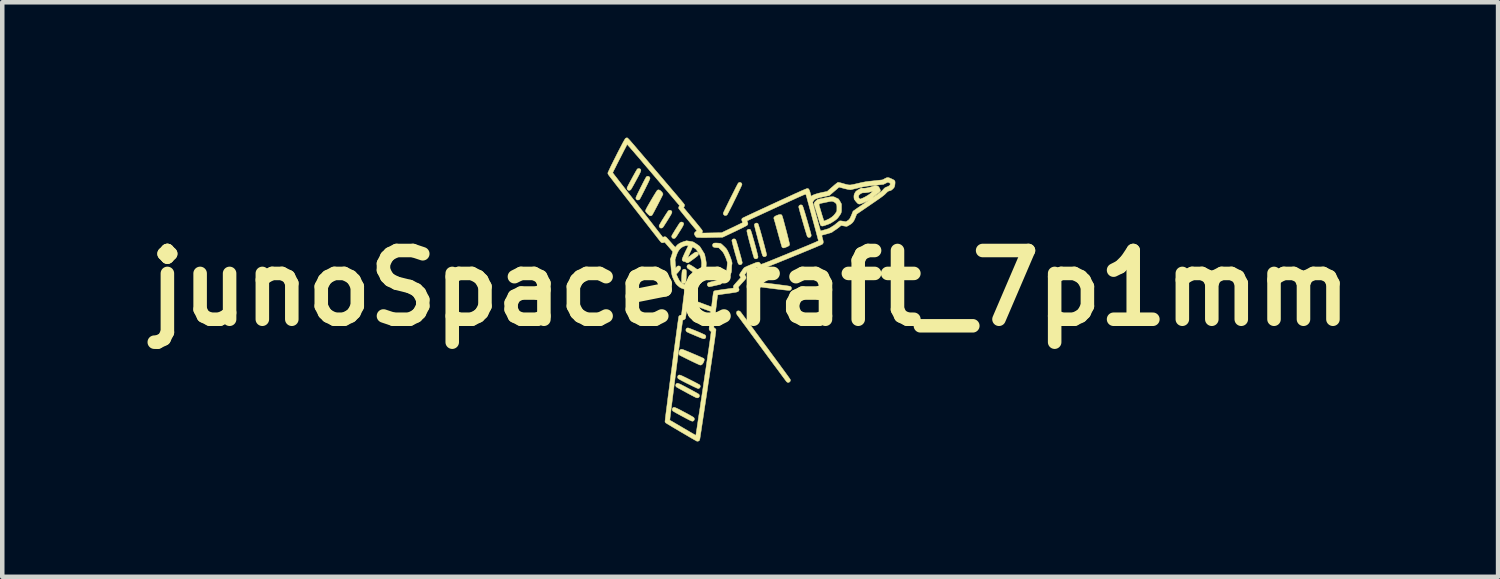
<source format=kicad_pcb>
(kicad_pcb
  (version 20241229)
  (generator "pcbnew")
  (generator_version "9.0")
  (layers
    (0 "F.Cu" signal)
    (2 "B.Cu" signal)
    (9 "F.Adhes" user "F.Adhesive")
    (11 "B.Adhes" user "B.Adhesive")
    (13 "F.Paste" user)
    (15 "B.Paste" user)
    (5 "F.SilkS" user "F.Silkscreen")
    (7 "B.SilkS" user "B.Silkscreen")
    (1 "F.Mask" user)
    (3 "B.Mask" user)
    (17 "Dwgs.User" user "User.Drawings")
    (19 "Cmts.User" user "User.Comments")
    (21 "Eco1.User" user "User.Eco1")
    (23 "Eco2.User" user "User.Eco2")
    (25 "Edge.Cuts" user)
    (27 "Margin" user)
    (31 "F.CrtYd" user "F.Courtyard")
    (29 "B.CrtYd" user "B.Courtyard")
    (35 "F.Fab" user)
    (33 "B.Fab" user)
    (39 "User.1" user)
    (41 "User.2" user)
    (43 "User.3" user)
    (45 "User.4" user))
  (footprint "junoSpacecraft_7p1mm"
    (layer "F.Cu")
    (at 13.578 3.337)
    (property "Reference" "junoSpacecraft_7p1mm" (at 0 0 0) (layer "F.SilkS") (effects (font (size 1.524 1.524) (thickness 0.3))))
    (attr through_hole)
    (fp_poly (pts (xy -1.441 -0.416) (xy -1.424 -0.403) (xy -1.417 -0.391) (xy -1.415 -0.379) (xy -1.414 -0.359) (xy -1.414 -0.33) (xy -1.415 -0.298) (xy -1.416 -0.262) (xy -1.418 -0.227) (xy -1.42 -0.193) (xy -1.423 -0.164) (xy -1.426 -0.142) (xy -1.429 -0.129) (xy -1.429 -0.128) (xy -1.443 -0.111) (xy -1.462 -0.103) (xy -1.485 -0.103) (xy -1.498 -0.108) (xy -1.507 -0.113) (xy -1.513 -0.121) (xy -1.518 -0.132) (xy -1.52 -0.149) (xy -1.521 -0.172) (xy -1.521 -0.204) (xy -1.519 -0.245) (xy -1.518 -0.264) (xy -1.515 -0.3) (xy -1.513 -0.334) (xy -1.51 -0.362) (xy -1.507 -0.382) (xy -1.505 -0.393) (xy -1.505 -0.394) (xy -1.493 -0.408) (xy -1.475 -0.418) (xy -1.461 -0.421) (xy -1.441 -0.416)) (stroke (width 0.01) (type solid)) (fill yes) (layer "F.SilkS"))
    (fp_poly (pts (xy -1.494 -1.459) (xy -1.487 -1.454) (xy -1.479 -1.445) (xy -1.475 -1.436) (xy -1.473 -1.426) (xy -1.476 -1.412) (xy -1.483 -1.395) (xy -1.494 -1.372) (xy -1.51 -1.343) (xy -1.532 -1.307) (xy -1.56 -1.262) (xy -1.584 -1.225) (xy -1.605 -1.191) (xy -1.624 -1.161) (xy -1.64 -1.138) (xy -1.652 -1.121) (xy -1.658 -1.113) (xy -1.658 -1.113) (xy -1.678 -1.102) (xy -1.7 -1.1) (xy -1.713 -1.104) (xy -1.73 -1.118) (xy -1.739 -1.137) (xy -1.739 -1.156) (xy -1.735 -1.165) (xy -1.726 -1.183) (xy -1.712 -1.207) (xy -1.694 -1.236) (xy -1.675 -1.268) (xy -1.654 -1.303) (xy -1.632 -1.337) (xy -1.611 -1.37) (xy -1.592 -1.4) (xy -1.576 -1.425) (xy -1.563 -1.443) (xy -1.555 -1.453) (xy -1.554 -1.455) (xy -1.536 -1.464) (xy -1.514 -1.466) (xy -1.494 -1.459)) (stroke (width 0.01) (type solid)) (fill yes) (layer "F.SilkS"))
    (fp_poly (pts (xy -1.754 -1.72) (xy -1.747 -1.714) (xy -1.74 -1.706) (xy -1.736 -1.698) (xy -1.734 -1.688) (xy -1.736 -1.675) (xy -1.742 -1.659) (xy -1.752 -1.638) (xy -1.767 -1.611) (xy -1.788 -1.577) (xy -1.814 -1.534) (xy -1.831 -1.507) (xy -1.855 -1.468) (xy -1.878 -1.433) (xy -1.898 -1.401) (xy -1.915 -1.375) (xy -1.928 -1.356) (xy -1.936 -1.345) (xy -1.937 -1.344) (xy -1.957 -1.333) (xy -1.979 -1.331) (xy -1.992 -1.335) (xy -2.008 -1.349) (xy -2.018 -1.369) (xy -2.018 -1.387) (xy -2.014 -1.396) (xy -2.004 -1.413) (xy -1.99 -1.438) (xy -1.973 -1.467) (xy -1.953 -1.501) (xy -1.931 -1.536) (xy -1.908 -1.572) (xy -1.886 -1.608) (xy -1.865 -1.64) (xy -1.846 -1.669) (xy -1.831 -1.693) (xy -1.819 -1.709) (xy -1.813 -1.716) (xy -1.795 -1.726) (xy -1.774 -1.727) (xy -1.754 -1.72)) (stroke (width 0.01) (type solid)) (fill yes) (layer "F.SilkS"))
    (fp_poly (pts (xy -1.369 0.883) (xy -1.349 0.89) (xy -1.322 0.9) (xy -1.288 0.913) (xy -1.251 0.928) (xy -1.211 0.944) (xy -1.17 0.961) (xy -1.129 0.978) (xy -1.092 0.995) (xy -1.058 1.01) (xy -1.03 1.023) (xy -1.009 1.033) (xy -0.997 1.04) (xy -0.996 1.041) (xy -0.985 1.059) (xy -0.981 1.08) (xy -0.987 1.1) (xy -0.993 1.108) (xy -1.005 1.118) (xy -1.018 1.122) (xy -1.034 1.122) (xy -1.056 1.116) (xy -1.085 1.105) (xy -1.097 1.101) (xy -1.164 1.073) (xy -1.222 1.049) (xy -1.27 1.028) (xy -1.31 1.012) (xy -1.342 0.998) (xy -1.366 0.986) (xy -1.385 0.978) (xy -1.398 0.971) (xy -1.407 0.965) (xy -1.41 0.962) (xy -1.423 0.944) (xy -1.425 0.924) (xy -1.42 0.905) (xy -1.407 0.89) (xy -1.388 0.882) (xy -1.38 0.881) (xy -1.369 0.883)) (stroke (width 0.01) (type solid)) (fill yes) (layer "F.SilkS"))
    (fp_poly (pts (xy -1.68 2.643) (xy -1.665 2.647) (xy -1.645 2.655) (xy -1.62 2.666) (xy -1.588 2.682) (xy -1.548 2.702) (xy -1.5 2.728) (xy -1.464 2.747) (xy -1.419 2.771) (xy -1.376 2.794) (xy -1.338 2.815) (xy -1.305 2.834) (xy -1.279 2.849) (xy -1.261 2.86) (xy -1.251 2.866) (xy -1.251 2.867) (xy -1.24 2.884) (xy -1.236 2.905) (xy -1.242 2.925) (xy -1.248 2.934) (xy -1.26 2.944) (xy -1.272 2.949) (xy -1.286 2.948) (xy -1.305 2.943) (xy -1.33 2.932) (xy -1.358 2.918) (xy -1.414 2.889) (xy -1.468 2.86) (xy -1.519 2.833) (xy -1.567 2.807) (xy -1.61 2.783) (xy -1.647 2.763) (xy -1.677 2.745) (xy -1.7 2.732) (xy -1.713 2.723) (xy -1.716 2.72) (xy -1.726 2.702) (xy -1.727 2.681) (xy -1.72 2.661) (xy -1.714 2.654) (xy -1.707 2.648) (xy -1.7 2.644) (xy -1.691 2.642) (xy -1.68 2.643)) (stroke (width 0.01) (type solid)) (fill yes) (layer "F.SilkS"))
    (fp_poly (pts (xy -0.338 -1.089) (xy -0.325 -1.081) (xy -0.321 -1.073) (xy -0.314 -1.059) (xy -0.306 -1.036) (xy -0.296 -1.004) (xy -0.284 -0.963) (xy -0.269 -0.912) (xy -0.251 -0.85) (xy -0.245 -0.829) (xy -0.23 -0.777) (xy -0.217 -0.728) (xy -0.204 -0.683) (xy -0.194 -0.643) (xy -0.186 -0.611) (xy -0.18 -0.586) (xy -0.176 -0.571) (xy -0.176 -0.568) (xy -0.18 -0.546) (xy -0.193 -0.529) (xy -0.211 -0.519) (xy -0.233 -0.519) (xy -0.241 -0.522) (xy -0.254 -0.531) (xy -0.263 -0.541) (xy -0.267 -0.55) (xy -0.274 -0.57) (xy -0.283 -0.598) (xy -0.293 -0.632) (xy -0.305 -0.673) (xy -0.317 -0.717) (xy -0.331 -0.763) (xy -0.344 -0.811) (xy -0.357 -0.858) (xy -0.369 -0.904) (xy -0.38 -0.946) (xy -0.39 -0.984) (xy -0.397 -1.015) (xy -0.403 -1.039) (xy -0.405 -1.054) (xy -0.406 -1.058) (xy -0.396 -1.077) (xy -0.379 -1.089) (xy -0.358 -1.093) (xy -0.338 -1.089)) (stroke (width 0.01) (type solid)) (fill yes) (layer "F.SilkS"))
    (fp_poly (pts (xy -2.441 -2.644) (xy -2.435 -2.639) (xy -2.429 -2.632) (xy -2.424 -2.625) (xy -2.423 -2.616) (xy -2.424 -2.604) (xy -2.428 -2.589) (xy -2.435 -2.569) (xy -2.447 -2.544) (xy -2.463 -2.512) (xy -2.484 -2.472) (xy -2.51 -2.424) (xy -2.528 -2.391) (xy -2.552 -2.347) (xy -2.575 -2.305) (xy -2.596 -2.267) (xy -2.614 -2.235) (xy -2.629 -2.21) (xy -2.64 -2.192) (xy -2.646 -2.183) (xy -2.646 -2.183) (xy -2.666 -2.17) (xy -2.688 -2.167) (xy -2.703 -2.171) (xy -2.721 -2.186) (xy -2.729 -2.206) (xy -2.728 -2.229) (xy -2.727 -2.23) (xy -2.722 -2.241) (xy -2.712 -2.261) (xy -2.699 -2.288) (xy -2.681 -2.32) (xy -2.662 -2.357) (xy -2.64 -2.396) (xy -2.618 -2.437) (xy -2.596 -2.478) (xy -2.574 -2.517) (xy -2.554 -2.553) (xy -2.536 -2.585) (xy -2.52 -2.611) (xy -2.509 -2.63) (xy -2.502 -2.64) (xy -2.501 -2.641) (xy -2.483 -2.65) (xy -2.461 -2.651) (xy -2.441 -2.644)) (stroke (width 0.01) (type solid)) (fill yes) (layer "F.SilkS"))
    (fp_poly (pts (xy -2.24 -2.472) (xy -2.226 -2.456) (xy -2.22 -2.442) (xy -2.22 -2.436) (xy -2.223 -2.426) (xy -2.228 -2.411) (xy -2.237 -2.391) (xy -2.249 -2.364) (xy -2.265 -2.33) (xy -2.286 -2.287) (xy -2.312 -2.235) (xy -2.328 -2.202) (xy -2.353 -2.153) (xy -2.376 -2.108) (xy -2.397 -2.067) (xy -2.415 -2.032) (xy -2.431 -2.003) (xy -2.442 -1.982) (xy -2.45 -1.969) (xy -2.452 -1.967) (xy -2.471 -1.956) (xy -2.492 -1.953) (xy -2.505 -1.956) (xy -2.523 -1.968) (xy -2.533 -1.989) (xy -2.534 -1.992) (xy -2.534 -1.998) (xy -2.532 -2.008) (xy -2.526 -2.022) (xy -2.518 -2.042) (xy -2.506 -2.068) (xy -2.49 -2.102) (xy -2.469 -2.144) (xy -2.444 -2.195) (xy -2.426 -2.232) (xy -2.401 -2.28) (xy -2.378 -2.326) (xy -2.357 -2.367) (xy -2.338 -2.403) (xy -2.322 -2.432) (xy -2.31 -2.453) (xy -2.302 -2.466) (xy -2.3 -2.469) (xy -2.281 -2.479) (xy -2.26 -2.48) (xy -2.24 -2.472)) (stroke (width 0.01) (type solid)) (fill yes) (layer "F.SilkS"))
    (fp_poly (pts (xy -0.006 -1.303) (xy 0.007 -1.294) (xy 0.011 -1.286) (xy 0.018 -1.267) (xy 0.027 -1.24) (xy 0.038 -1.205) (xy 0.05 -1.164) (xy 0.063 -1.118) (xy 0.077 -1.069) (xy 0.092 -1.018) (xy 0.106 -0.966) (xy 0.12 -0.915) (xy 0.133 -0.866) (xy 0.145 -0.82) (xy 0.155 -0.779) (xy 0.164 -0.743) (xy 0.17 -0.715) (xy 0.174 -0.696) (xy 0.174 -0.687) (xy 0.165 -0.667) (xy 0.148 -0.654) (xy 0.127 -0.649) (xy 0.109 -0.652) (xy 0.095 -0.661) (xy 0.087 -0.671) (xy 0.083 -0.68) (xy 0.077 -0.7) (xy 0.068 -0.728) (xy 0.058 -0.763) (xy 0.046 -0.804) (xy 0.033 -0.85) (xy 0.02 -0.899) (xy 0.006 -0.949) (xy -0.008 -1.001) (xy -0.021 -1.051) (xy -0.034 -1.1) (xy -0.045 -1.145) (xy -0.055 -1.185) (xy -0.063 -1.219) (xy -0.069 -1.246) (xy -0.073 -1.264) (xy -0.074 -1.271) (xy -0.064 -1.29) (xy -0.047 -1.302) (xy -0.026 -1.307) (xy -0.006 -1.303)) (stroke (width 0.01) (type solid)) (fill yes) (layer "F.SilkS"))
    (fp_poly (pts (xy -1.605 2.109) (xy -1.59 2.113) (xy -1.572 2.12) (xy -1.548 2.13) (xy -1.518 2.145) (xy -1.481 2.164) (xy -1.435 2.188) (xy -1.381 2.217) (xy -1.366 2.225) (xy -1.318 2.25) (xy -1.274 2.274) (xy -1.234 2.296) (xy -1.199 2.315) (xy -1.17 2.332) (xy -1.149 2.344) (xy -1.137 2.352) (xy -1.135 2.354) (xy -1.127 2.369) (xy -1.124 2.386) (xy -1.129 2.408) (xy -1.142 2.424) (xy -1.162 2.432) (xy -1.185 2.431) (xy -1.196 2.428) (xy -1.211 2.42) (xy -1.234 2.409) (xy -1.264 2.393) (xy -1.299 2.375) (xy -1.338 2.354) (xy -1.379 2.332) (xy -1.421 2.309) (xy -1.463 2.286) (xy -1.504 2.264) (xy -1.542 2.243) (xy -1.575 2.225) (xy -1.603 2.209) (xy -1.624 2.197) (xy -1.636 2.189) (xy -1.639 2.187) (xy -1.649 2.169) (xy -1.65 2.147) (xy -1.643 2.127) (xy -1.637 2.121) (xy -1.631 2.115) (xy -1.624 2.111) (xy -1.615 2.109) (xy -1.605 2.109)) (stroke (width 0.01) (type solid)) (fill yes) (layer "F.SilkS"))
    (fp_poly (pts (xy -1.554 1.927) (xy -1.537 1.933) (xy -1.515 1.942) (xy -1.487 1.955) (xy -1.452 1.972) (xy -1.408 1.993) (xy -1.355 2.02) (xy -1.342 2.026) (xy -1.295 2.05) (xy -1.251 2.072) (xy -1.211 2.093) (xy -1.177 2.111) (xy -1.15 2.126) (xy -1.13 2.137) (xy -1.119 2.144) (xy -1.118 2.145) (xy -1.107 2.165) (xy -1.106 2.186) (xy -1.115 2.205) (xy -1.13 2.22) (xy -1.144 2.226) (xy -1.151 2.226) (xy -1.161 2.223) (xy -1.175 2.218) (xy -1.196 2.209) (xy -1.223 2.196) (xy -1.258 2.18) (xy -1.302 2.158) (xy -1.354 2.132) (xy -1.373 2.123) (xy -1.42 2.1) (xy -1.464 2.077) (xy -1.503 2.057) (xy -1.538 2.038) (xy -1.565 2.023) (xy -1.585 2.012) (xy -1.596 2.005) (xy -1.597 2.004) (xy -1.607 1.986) (xy -1.608 1.965) (xy -1.603 1.946) (xy -1.597 1.939) (xy -1.59 1.932) (xy -1.584 1.928) (xy -1.576 1.925) (xy -1.567 1.925) (xy -1.554 1.927)) (stroke (width 0.01) (type solid)) (fill yes) (layer "F.SilkS"))
    (fp_poly (pts (xy -1.501 1.358) (xy -1.501 1.358) (xy -1.488 1.362) (xy -1.466 1.371) (xy -1.437 1.383) (xy -1.402 1.397) (xy -1.363 1.413) (xy -1.32 1.431) (xy -1.276 1.45) (xy -1.231 1.469) (xy -1.188 1.487) (xy -1.147 1.505) (xy -1.11 1.521) (xy -1.079 1.535) (xy -1.054 1.546) (xy -1.037 1.553) (xy -1.03 1.557) (xy -1.02 1.571) (xy -1.017 1.589) (xy -1.022 1.613) (xy -1.029 1.632) (xy -1.045 1.664) (xy -1.064 1.688) (xy -1.084 1.702) (xy -1.105 1.705) (xy -1.114 1.703) (xy -1.127 1.698) (xy -1.149 1.688) (xy -1.177 1.675) (xy -1.212 1.659) (xy -1.25 1.641) (xy -1.292 1.621) (xy -1.335 1.6) (xy -1.378 1.579) (xy -1.42 1.558) (xy -1.459 1.539) (xy -1.494 1.521) (xy -1.524 1.506) (xy -1.546 1.495) (xy -1.561 1.487) (xy -1.565 1.484) (xy -1.574 1.473) (xy -1.578 1.459) (xy -1.579 1.44) (xy -1.574 1.407) (xy -1.563 1.381) (xy -1.547 1.363) (xy -1.526 1.355) (xy -1.501 1.358)) (stroke (width 0.01) (type solid)) (fill yes) (layer "F.SilkS"))
    (fp_poly (pts (xy 0.16 -1.439) (xy 0.173 -1.43) (xy 0.177 -1.422) (xy 0.183 -1.404) (xy 0.192 -1.376) (xy 0.203 -1.341) (xy 0.216 -1.3) (xy 0.229 -1.253) (xy 0.244 -1.202) (xy 0.259 -1.148) (xy 0.274 -1.093) (xy 0.289 -1.038) (xy 0.304 -0.984) (xy 0.318 -0.931) (xy 0.33 -0.883) (xy 0.342 -0.839) (xy 0.351 -0.801) (xy 0.358 -0.77) (xy 0.363 -0.748) (xy 0.364 -0.736) (xy 0.364 -0.734) (xy 0.355 -0.714) (xy 0.338 -0.701) (xy 0.317 -0.696) (xy 0.298 -0.699) (xy 0.285 -0.709) (xy 0.277 -0.718) (xy 0.273 -0.728) (xy 0.267 -0.747) (xy 0.258 -0.775) (xy 0.248 -0.81) (xy 0.236 -0.852) (xy 0.223 -0.899) (xy 0.209 -0.95) (xy 0.194 -1.004) (xy 0.179 -1.058) (xy 0.165 -1.113) (xy 0.151 -1.167) (xy 0.137 -1.218) (xy 0.125 -1.266) (xy 0.114 -1.309) (xy 0.105 -1.346) (xy 0.098 -1.375) (xy 0.094 -1.396) (xy 0.092 -1.406) (xy 0.092 -1.407) (xy 0.102 -1.426) (xy 0.119 -1.438) (xy 0.14 -1.443) (xy 0.16 -1.439)) (stroke (width 0.01) (type solid)) (fill yes) (layer "F.SilkS"))
    (fp_poly (pts (xy 1.152 -1.838) (xy 1.157 -1.833) (xy 1.161 -1.827) (xy 1.167 -1.812) (xy 1.175 -1.79) (xy 1.185 -1.76) (xy 1.197 -1.72) (xy 1.213 -1.671) (xy 1.23 -1.611) (xy 1.251 -1.541) (xy 1.261 -1.508) (xy 1.278 -1.448) (xy 1.294 -1.392) (xy 1.309 -1.339) (xy 1.322 -1.292) (xy 1.334 -1.251) (xy 1.343 -1.217) (xy 1.349 -1.192) (xy 1.353 -1.176) (xy 1.353 -1.172) (xy 1.349 -1.15) (xy 1.336 -1.133) (xy 1.318 -1.124) (xy 1.296 -1.124) (xy 1.288 -1.126) (xy 1.275 -1.135) (xy 1.266 -1.145) (xy 1.263 -1.154) (xy 1.256 -1.173) (xy 1.248 -1.201) (xy 1.237 -1.236) (xy 1.224 -1.277) (xy 1.21 -1.324) (xy 1.195 -1.374) (xy 1.18 -1.427) (xy 1.164 -1.48) (xy 1.149 -1.534) (xy 1.134 -1.586) (xy 1.12 -1.635) (xy 1.107 -1.681) (xy 1.096 -1.721) (xy 1.088 -1.754) (xy 1.081 -1.779) (xy 1.077 -1.796) (xy 1.077 -1.801) (xy 1.081 -1.821) (xy 1.094 -1.836) (xy 1.113 -1.845) (xy 1.133 -1.846) (xy 1.152 -1.838)) (stroke (width 0.01) (type solid)) (fill yes) (layer "F.SilkS"))
    (fp_poly (pts (xy -0.203 -2.337) (xy -0.189 -2.323) (xy -0.182 -2.303) (xy -0.182 -2.299) (xy -0.184 -2.29) (xy -0.192 -2.272) (xy -0.204 -2.245) (xy -0.219 -2.212) (xy -0.238 -2.172) (xy -0.259 -2.128) (xy -0.282 -2.079) (xy -0.306 -2.029) (xy -0.332 -1.976) (xy -0.358 -1.924) (xy -0.383 -1.872) (xy -0.408 -1.822) (xy -0.432 -1.775) (xy -0.454 -1.733) (xy -0.473 -1.695) (xy -0.489 -1.665) (xy -0.502 -1.642) (xy -0.51 -1.627) (xy -0.513 -1.623) (xy -0.534 -1.612) (xy -0.556 -1.61) (xy -0.569 -1.614) (xy -0.585 -1.627) (xy -0.595 -1.645) (xy -0.596 -1.664) (xy -0.596 -1.664) (xy -0.592 -1.673) (xy -0.584 -1.691) (xy -0.571 -1.718) (xy -0.555 -1.752) (xy -0.536 -1.791) (xy -0.514 -1.835) (xy -0.491 -1.883) (xy -0.466 -1.934) (xy -0.44 -1.986) (xy -0.414 -2.038) (xy -0.388 -2.089) (xy -0.363 -2.138) (xy -0.34 -2.184) (xy -0.319 -2.226) (xy -0.3 -2.263) (xy -0.284 -2.293) (xy -0.272 -2.315) (xy -0.264 -2.329) (xy -0.261 -2.332) (xy -0.242 -2.343) (xy -0.222 -2.344) (xy -0.203 -2.337)) (stroke (width 0.01) (type solid)) (fill yes) (layer "F.SilkS"))
    (fp_poly (pts (xy -2.017 -2.177) (xy -1.992 -2.163) (xy -1.987 -2.16) (xy -1.97 -2.144) (xy -1.953 -2.125) (xy -1.94 -2.105) (xy -1.933 -2.089) (xy -1.932 -2.085) (xy -1.935 -2.077) (xy -1.943 -2.06) (xy -1.954 -2.036) (xy -1.97 -2.005) (xy -1.988 -1.969) (xy -2.008 -1.929) (xy -2.03 -1.887) (xy -2.052 -1.843) (xy -2.075 -1.8) (xy -2.097 -1.759) (xy -2.117 -1.72) (xy -2.136 -1.685) (xy -2.151 -1.657) (xy -2.164 -1.635) (xy -2.172 -1.621) (xy -2.175 -1.617) (xy -2.192 -1.606) (xy -2.213 -1.603) (xy -2.226 -1.606) (xy -2.235 -1.613) (xy -2.25 -1.626) (xy -2.268 -1.643) (xy -2.279 -1.654) (xy -2.299 -1.676) (xy -2.311 -1.691) (xy -2.318 -1.703) (xy -2.32 -1.714) (xy -2.32 -1.716) (xy -2.318 -1.724) (xy -2.313 -1.738) (xy -2.303 -1.758) (xy -2.289 -1.785) (xy -2.27 -1.82) (xy -2.245 -1.863) (xy -2.215 -1.915) (xy -2.197 -1.946) (xy -2.17 -1.992) (xy -2.144 -2.036) (xy -2.12 -2.075) (xy -2.099 -2.109) (xy -2.082 -2.136) (xy -2.068 -2.157) (xy -2.06 -2.168) (xy -2.058 -2.17) (xy -2.039 -2.179) (xy -2.017 -2.177)) (stroke (width 0.01) (type solid)) (fill yes) (layer "F.SilkS"))
    (fp_poly (pts (xy 0.168 -0.131) (xy 0.188 -0.13) (xy 0.214 -0.127) (xy 0.246 -0.124) (xy 0.286 -0.119) (xy 0.335 -0.114) (xy 0.393 -0.107) (xy 0.461 -0.098) (xy 0.514 -0.092) (xy 0.601 -0.081) (xy 0.676 -0.071) (xy 0.74 -0.063) (xy 0.792 -0.056) (xy 0.833 -0.05) (xy 0.864 -0.045) (xy 0.884 -0.041) (xy 0.894 -0.038) (xy 0.894 -0.038) (xy 0.909 -0.022) (xy 0.916 -0.001) (xy 0.913 0.02) (xy 0.901 0.038) (xy 0.901 0.039) (xy 0.888 0.046) (xy 0.87 0.05) (xy 0.867 0.05) (xy 0.857 0.05) (xy 0.837 0.048) (xy 0.807 0.045) (xy 0.768 0.041) (xy 0.722 0.036) (xy 0.67 0.03) (xy 0.613 0.023) (xy 0.552 0.016) (xy 0.492 0.008) (xy 0.416 -0.001) (xy 0.352 -0.009) (xy 0.297 -0.017) (xy 0.251 -0.023) (xy 0.214 -0.028) (xy 0.184 -0.033) (xy 0.16 -0.037) (xy 0.143 -0.042) (xy 0.129 -0.046) (xy 0.12 -0.05) (xy 0.114 -0.055) (xy 0.11 -0.061) (xy 0.107 -0.067) (xy 0.105 -0.073) (xy 0.104 -0.093) (xy 0.113 -0.113) (xy 0.129 -0.128) (xy 0.132 -0.129) (xy 0.136 -0.131) (xy 0.143 -0.131) (xy 0.154 -0.132) (xy 0.168 -0.131)) (stroke (width 0.01) (type solid)) (fill yes) (layer "F.SilkS"))
    (fp_poly (pts (xy 0.685 -1.63) (xy 0.7 -1.62) (xy 0.704 -1.615) (xy 0.708 -1.603) (xy 0.715 -1.586) (xy 0.722 -1.561) (xy 0.732 -1.529) (xy 0.743 -1.489) (xy 0.756 -1.439) (xy 0.772 -1.379) (xy 0.791 -1.309) (xy 0.795 -1.292) (xy 0.814 -1.221) (xy 0.83 -1.157) (xy 0.844 -1.101) (xy 0.855 -1.054) (xy 0.864 -1.016) (xy 0.87 -0.988) (xy 0.873 -0.97) (xy 0.874 -0.963) (xy 0.869 -0.951) (xy 0.86 -0.941) (xy 0.845 -0.931) (xy 0.821 -0.919) (xy 0.809 -0.914) (xy 0.779 -0.902) (xy 0.758 -0.895) (xy 0.742 -0.892) (xy 0.73 -0.893) (xy 0.726 -0.895) (xy 0.713 -0.903) (xy 0.707 -0.908) (xy 0.704 -0.915) (xy 0.698 -0.933) (xy 0.69 -0.96) (xy 0.68 -0.995) (xy 0.668 -1.037) (xy 0.655 -1.084) (xy 0.64 -1.137) (xy 0.625 -1.193) (xy 0.619 -1.213) (xy 0.604 -1.27) (xy 0.588 -1.325) (xy 0.574 -1.376) (xy 0.562 -1.421) (xy 0.551 -1.46) (xy 0.541 -1.491) (xy 0.535 -1.514) (xy 0.531 -1.526) (xy 0.53 -1.528) (xy 0.524 -1.549) (xy 0.527 -1.567) (xy 0.539 -1.583) (xy 0.562 -1.599) (xy 0.595 -1.614) (xy 0.599 -1.615) (xy 0.635 -1.628) (xy 0.664 -1.632) (xy 0.685 -1.63)) (stroke (width 0.01) (type solid)) (fill yes) (layer "F.SilkS"))
    (fp_poly (pts (xy -0.231 0.51) (xy -0.219 0.52) (xy -0.214 0.527) (xy -0.201 0.542) (xy -0.183 0.567) (xy -0.16 0.598) (xy -0.131 0.637) (xy -0.097 0.682) (xy -0.06 0.732) (xy -0.018 0.788) (xy 0.026 0.848) (xy 0.074 0.912) (xy 0.123 0.979) (xy 0.175 1.049) (xy 0.227 1.121) (xy 0.281 1.194) (xy 0.335 1.267) (xy 0.39 1.341) (xy 0.443 1.414) (xy 0.496 1.486) (xy 0.548 1.556) (xy 0.597 1.623) (xy 0.645 1.687) (xy 0.689 1.748) (xy 0.73 1.804) (xy 0.768 1.856) (xy 0.801 1.901) (xy 0.83 1.941) (xy 0.853 1.973) (xy 0.871 1.998) (xy 0.883 2.015) (xy 0.889 2.024) (xy 0.889 2.024) (xy 0.892 2.046) (xy 0.886 2.065) (xy 0.872 2.08) (xy 0.854 2.089) (xy 0.834 2.089) (xy 0.827 2.087) (xy 0.814 2.079) (xy 0.803 2.068) (xy 0.798 2.062) (xy 0.787 2.047) (xy 0.769 2.023) (xy 0.746 1.992) (xy 0.717 1.953) (xy 0.683 1.907) (xy 0.645 1.855) (xy 0.602 1.797) (xy 0.555 1.734) (xy 0.505 1.667) (xy 0.452 1.595) (xy 0.396 1.519) (xy 0.338 1.44) (xy 0.278 1.359) (xy 0.216 1.275) (xy 0.153 1.19) (xy 0.09 1.105) (xy 0.026 1.018) (xy -0.037 0.932) (xy -0.1 0.846) (xy -0.163 0.762) (xy -0.223 0.679) (xy -0.283 0.599) (xy -0.292 0.586) (xy -0.301 0.566) (xy -0.303 0.544) (xy -0.298 0.523) (xy -0.292 0.514) (xy -0.274 0.504) (xy -0.252 0.503) (xy -0.231 0.51)) (stroke (width 0.01) (type solid)) (fill yes) (layer "F.SilkS"))
    (fp_poly (pts (xy -0.742 -1) (xy -0.713 -0.998) (xy -0.686 -0.996) (xy -0.664 -0.992) (xy -0.653 -0.989) (xy -0.643 -0.983) (xy -0.627 -0.97) (xy -0.607 -0.952) (xy -0.585 -0.931) (xy -0.577 -0.924) (xy -0.554 -0.901) (xy -0.537 -0.883) (xy -0.524 -0.867) (xy -0.513 -0.85) (xy -0.502 -0.83) (xy -0.489 -0.804) (xy -0.478 -0.78) (xy -0.462 -0.744) (xy -0.446 -0.704) (xy -0.431 -0.665) (xy -0.42 -0.631) (xy -0.418 -0.626) (xy -0.409 -0.596) (xy -0.404 -0.574) (xy -0.401 -0.558) (xy -0.401 -0.546) (xy -0.403 -0.535) (xy -0.403 -0.532) (xy -0.406 -0.517) (xy -0.409 -0.493) (xy -0.411 -0.464) (xy -0.412 -0.433) (xy -0.412 -0.433) (xy -0.413 -0.399) (xy -0.415 -0.374) (xy -0.418 -0.355) (xy -0.423 -0.338) (xy -0.43 -0.32) (xy -0.43 -0.319) (xy -0.441 -0.295) (xy -0.451 -0.276) (xy -0.464 -0.258) (xy -0.481 -0.239) (xy -0.502 -0.218) (xy -0.539 -0.183) (xy -0.575 -0.151) (xy -0.607 -0.124) (xy -0.635 -0.102) (xy -0.657 -0.087) (xy -0.673 -0.08) (xy -0.675 -0.08) (xy -0.688 -0.077) (xy -0.71 -0.073) (xy -0.738 -0.067) (xy -0.772 -0.059) (xy -0.8 -0.053) (xy -0.834 -0.045) (xy -0.863 -0.039) (xy -0.886 -0.034) (xy -0.902 -0.031) (xy -0.907 -0.03) (xy -0.914 -0.032) (xy -0.925 -0.037) (xy -0.942 -0.052) (xy -0.95 -0.071) (xy -0.95 -0.092) (xy -0.94 -0.111) (xy -0.934 -0.117) (xy -0.923 -0.122) (xy -0.903 -0.129) (xy -0.876 -0.137) (xy -0.842 -0.146) (xy -0.808 -0.154) (xy -0.697 -0.18) (xy -0.631 -0.237) (xy -0.596 -0.268) (xy -0.57 -0.293) (xy -0.55 -0.313) (xy -0.537 -0.329) (xy -0.529 -0.343) (xy -0.525 -0.354) (xy -0.523 -0.365) (xy -0.521 -0.386) (xy -0.518 -0.414) (xy -0.515 -0.446) (xy -0.513 -0.468) (xy -0.504 -0.565) (xy -0.519 -0.614) (xy -0.528 -0.64) (xy -0.54 -0.672) (xy -0.555 -0.706) (xy -0.566 -0.731) (xy -0.581 -0.761) (xy -0.594 -0.784) (xy -0.607 -0.803) (xy -0.623 -0.821) (xy -0.644 -0.843) (xy -0.647 -0.846) (xy -0.696 -0.894) (xy -0.744 -0.898) (xy -0.768 -0.9) (xy -0.79 -0.904) (xy -0.805 -0.907) (xy -0.807 -0.908) (xy -0.824 -0.92) (xy -0.833 -0.937) (xy -0.834 -0.957) (xy -0.828 -0.976) (xy -0.814 -0.992) (xy -0.805 -0.996) (xy -0.791 -0.999) (xy -0.769 -1) (xy -0.742 -1)) (stroke (width 0.01) (type solid)) (fill yes) (layer "F.SilkS"))
    (fp_poly (pts (xy 1.844 -2.026) (xy 1.858 -2.023) (xy 1.873 -2.017) (xy 1.892 -2.008) (xy 1.894 -2.007) (xy 1.914 -1.997) (xy 1.93 -1.989) (xy 1.94 -1.986) (xy 1.941 -1.986) (xy 1.951 -1.981) (xy 1.965 -1.966) (xy 1.981 -1.941) (xy 1.998 -1.912) (xy 2.024 -1.864) (xy 2.024 -1.772) (xy 2.024 -1.735) (xy 2.023 -1.707) (xy 2.02 -1.686) (xy 2.015 -1.667) (xy 2.007 -1.649) (xy 1.994 -1.629) (xy 1.977 -1.603) (xy 1.97 -1.593) (xy 1.947 -1.562) (xy 1.924 -1.537) (xy 1.897 -1.514) (xy 1.865 -1.491) (xy 1.853 -1.483) (xy 1.831 -1.47) (xy 1.812 -1.457) (xy 1.798 -1.448) (xy 1.796 -1.447) (xy 1.781 -1.438) (xy 1.757 -1.428) (xy 1.729 -1.416) (xy 1.698 -1.405) (xy 1.667 -1.394) (xy 1.639 -1.385) (xy 1.615 -1.378) (xy 1.599 -1.376) (xy 1.597 -1.376) (xy 1.587 -1.378) (xy 1.58 -1.381) (xy 1.566 -1.389) (xy 1.561 -1.394) (xy 1.557 -1.401) (xy 1.551 -1.419) (xy 1.543 -1.445) (xy 1.532 -1.478) (xy 1.52 -1.518) (xy 1.507 -1.562) (xy 1.494 -1.604) (xy 1.48 -1.651) (xy 1.466 -1.696) (xy 1.454 -1.736) (xy 1.443 -1.771) (xy 1.435 -1.798) (xy 1.428 -1.817) (xy 1.426 -1.824) (xy 1.419 -1.848) (xy 1.418 -1.852) (xy 1.524 -1.852) (xy 1.578 -1.67) (xy 1.591 -1.626) (xy 1.604 -1.585) (xy 1.615 -1.55) (xy 1.624 -1.522) (xy 1.631 -1.501) (xy 1.635 -1.49) (xy 1.636 -1.488) (xy 1.643 -1.49) (xy 1.658 -1.496) (xy 1.679 -1.504) (xy 1.69 -1.508) (xy 1.754 -1.538) (xy 1.809 -1.574) (xy 1.855 -1.614) (xy 1.891 -1.659) (xy 1.893 -1.662) (xy 1.921 -1.706) (xy 1.922 -1.774) (xy 1.922 -1.804) (xy 1.921 -1.825) (xy 1.919 -1.84) (xy 1.915 -1.852) (xy 1.91 -1.864) (xy 1.908 -1.867) (xy 1.895 -1.885) (xy 1.877 -1.9) (xy 1.86 -1.909) (xy 1.839 -1.919) (xy 1.819 -1.925) (xy 1.807 -1.926) (xy 1.795 -1.925) (xy 1.774 -1.922) (xy 1.745 -1.917) (xy 1.712 -1.91) (xy 1.678 -1.903) (xy 1.643 -1.895) (xy 1.612 -1.889) (xy 1.586 -1.884) (xy 1.568 -1.88) (xy 1.559 -1.879) (xy 1.548 -1.875) (xy 1.537 -1.866) (xy 1.524 -1.852) (xy 1.418 -1.852) (xy 1.417 -1.873) (xy 1.422 -1.895) (xy 1.423 -1.897) (xy 1.432 -1.909) (xy 1.446 -1.924) (xy 1.464 -1.941) (xy 1.481 -1.956) (xy 1.495 -1.965) (xy 1.496 -1.966) (xy 1.508 -1.97) (xy 1.528 -1.975) (xy 1.551 -1.979) (xy 1.553 -1.98) (xy 1.577 -1.984) (xy 1.608 -1.99) (xy 1.642 -1.998) (xy 1.672 -2.005) (xy 1.712 -2.013) (xy 1.753 -2.02) (xy 1.789 -2.025) (xy 1.8 -2.025) (xy 1.826 -2.026) (xy 1.844 -2.026)) (stroke (width 0.01) (type solid)) (fill yes) (layer "F.SilkS"))
    (fp_poly (pts (xy -2.727 -3.332) (xy -2.723 -3.331) (xy -2.719 -3.328) (xy -2.713 -3.324) (xy -2.706 -3.317) (xy -2.696 -3.307) (xy -2.684 -3.295) (xy -2.669 -3.278) (xy -2.65 -3.257) (xy -2.628 -3.231) (xy -2.601 -3.2) (xy -2.569 -3.163) (xy -2.532 -3.12) (xy -2.49 -3.07) (xy -2.441 -3.013) (xy -2.386 -2.949) (xy -2.324 -2.876) (xy -2.275 -2.819) (xy -2.214 -2.747) (xy -2.16 -2.684) (xy -2.113 -2.628) (xy -2.071 -2.579) (xy -2.034 -2.535) (xy -2.001 -2.497) (xy -1.972 -2.463) (xy -1.945 -2.432) (xy -1.921 -2.403) (xy -1.899 -2.377) (xy -1.877 -2.351) (xy -1.855 -2.325) (xy -1.843 -2.312) (xy -1.778 -2.235) (xy -1.72 -2.167) (xy -1.669 -2.107) (xy -1.624 -2.055) (xy -1.586 -2.009) (xy -1.553 -1.97) (xy -1.526 -1.938) (xy -1.504 -1.911) (xy -1.486 -1.89) (xy -1.473 -1.873) (xy -1.464 -1.86) (xy -1.458 -1.852) (xy -1.455 -1.847) (xy -1.454 -1.845) (xy -1.455 -1.83) (xy -1.462 -1.81) (xy -1.463 -1.808) (xy -1.475 -1.783) (xy -1.343 -1.625) (xy -1.29 -1.561) (xy -1.244 -1.506) (xy -1.204 -1.458) (xy -1.171 -1.417) (xy -1.143 -1.383) (xy -1.12 -1.355) (xy -1.102 -1.332) (xy -1.087 -1.314) (xy -1.077 -1.3) (xy -1.069 -1.29) (xy -1.064 -1.282) (xy -1.061 -1.276) (xy -1.059 -1.272) (xy -1.058 -1.271) (xy -1.058 -1.254) (xy -1.063 -1.239) (xy -1.072 -1.221) (xy -0.852 -1.225) (xy -0.633 -1.229) (xy -0.404 -1.338) (xy -0.355 -1.361) (xy -0.31 -1.383) (xy -0.269 -1.403) (xy -0.234 -1.42) (xy -0.205 -1.434) (xy -0.184 -1.444) (xy -0.172 -1.45) (xy -0.17 -1.452) (xy -0.17 -1.459) (xy -0.174 -1.474) (xy -0.178 -1.483) (xy -0.187 -1.51) (xy -0.185 -1.533) (xy -0.173 -1.551) (xy -0.173 -1.551) (xy -0.166 -1.554) (xy -0.149 -1.563) (xy -0.123 -1.575) (xy -0.088 -1.592) (xy -0.045 -1.612) (xy 0.006 -1.636) (xy 0.064 -1.663) (xy 0.128 -1.693) (xy 0.197 -1.725) (xy 0.272 -1.76) (xy 0.351 -1.796) (xy 0.433 -1.835) (xy 0.519 -1.874) (xy 0.54 -1.884) (xy 0.648 -1.934) (xy 0.746 -1.979) (xy 0.834 -2.019) (xy 0.913 -2.055) (xy 0.982 -2.087) (xy 1.043 -2.114) (xy 1.095 -2.138) (xy 1.14 -2.158) (xy 1.177 -2.174) (xy 1.207 -2.187) (xy 1.23 -2.196) (xy 1.247 -2.203) (xy 1.259 -2.207) (xy 1.264 -2.208) (xy 1.277 -2.207) (xy 1.288 -2.204) (xy 1.297 -2.197) (xy 1.305 -2.184) (xy 1.314 -2.166) (xy 1.323 -2.14) (xy 1.333 -2.105) (xy 1.345 -2.06) (xy 1.346 -2.058) (xy 1.35 -2.042) (xy 1.354 -2.036) (xy 1.358 -2.039) (xy 1.363 -2.044) (xy 1.379 -2.055) (xy 1.404 -2.067) (xy 1.438 -2.08) (xy 1.479 -2.093) (xy 1.527 -2.106) (xy 1.578 -2.118) (xy 1.597 -2.122) (xy 1.707 -2.144) (xy 1.747 -2.179) (xy 1.766 -2.196) (xy 1.791 -2.218) (xy 1.82 -2.243) (xy 1.849 -2.268) (xy 1.859 -2.278) (xy 1.885 -2.299) (xy 1.908 -2.318) (xy 1.928 -2.333) (xy 1.941 -2.342) (xy 1.946 -2.345) (xy 1.958 -2.344) (xy 1.979 -2.34) (xy 2.009 -2.333) (xy 2.046 -2.323) (xy 2.052 -2.321) (xy 2.093 -2.309) (xy 2.127 -2.3) (xy 2.155 -2.293) (xy 2.179 -2.289) (xy 2.203 -2.287) (xy 2.227 -2.288) (xy 2.254 -2.292) (xy 2.286 -2.298) (xy 2.325 -2.307) (xy 2.373 -2.318) (xy 2.382 -2.32) (xy 2.428 -2.331) (xy 2.467 -2.34) (xy 2.501 -2.347) (xy 2.533 -2.353) (xy 2.564 -2.359) (xy 2.598 -2.363) (xy 2.637 -2.368) (xy 2.682 -2.373) (xy 2.737 -2.379) (xy 2.738 -2.379) (xy 2.932 -2.4) (xy 2.985 -2.428) (xy 3.009 -2.44) (xy 3.028 -2.448) (xy 3.045 -2.451) (xy 3.062 -2.45) (xy 3.082 -2.445) (xy 3.108 -2.434) (xy 3.138 -2.421) (xy 3.169 -2.406) (xy 3.19 -2.394) (xy 3.203 -2.381) (xy 3.21 -2.366) (xy 3.212 -2.346) (xy 3.211 -2.319) (xy 3.21 -2.31) (xy 3.206 -2.276) (xy 3.199 -2.25) (xy 3.188 -2.228) (xy 3.17 -2.207) (xy 3.156 -2.194) (xy 3.135 -2.176) (xy 3.117 -2.165) (xy 3.096 -2.159) (xy 3.09 -2.157) (xy 3.075 -2.154) (xy 3.062 -2.149) (xy 3.05 -2.141) (xy 3.036 -2.129) (xy 3.017 -2.111) (xy 3.005 -2.099) (xy 2.994 -2.087) (xy 2.981 -2.075) (xy 2.967 -2.063) (xy 2.949 -2.049) (xy 2.929 -2.033) (xy 2.904 -2.015) (xy 2.874 -1.993) (xy 2.838 -1.968) (xy 2.795 -1.938) (xy 2.744 -1.903) (xy 2.684 -1.862) (xy 2.658 -1.844) (xy 2.361 -1.641) (xy 2.339 -1.584) (xy 2.319 -1.535) (xy 2.3 -1.496) (xy 2.28 -1.466) (xy 2.258 -1.442) (xy 2.237 -1.425) (xy 2.214 -1.409) (xy 2.189 -1.394) (xy 2.171 -1.384) (xy 2.141 -1.368) (xy 2.078 -1.378) (xy 2.016 -1.389) (xy 1.973 -1.353) (xy 1.947 -1.333) (xy 1.917 -1.311) (xy 1.889 -1.292) (xy 1.885 -1.289) (xy 1.863 -1.275) (xy 1.842 -1.261) (xy 1.828 -1.249) (xy 1.825 -1.247) (xy 1.815 -1.24) (xy 1.798 -1.232) (xy 1.773 -1.224) (xy 1.739 -1.214) (xy 1.709 -1.205) (xy 1.676 -1.196) (xy 1.646 -1.188) (xy 1.622 -1.182) (xy 1.605 -1.177) (xy 1.599 -1.175) (xy 1.593 -1.173) (xy 1.59 -1.169) (xy 1.59 -1.161) (xy 1.592 -1.147) (xy 1.597 -1.126) (xy 1.605 -1.095) (xy 1.607 -1.09) (xy 1.616 -1.055) (xy 1.62 -1.028) (xy 1.619 -1.007) (xy 1.614 -0.992) (xy 1.603 -0.978) (xy 1.599 -0.974) (xy 1.591 -0.97) (xy 1.574 -0.962) (xy 1.547 -0.95) (xy 1.511 -0.935) (xy 1.468 -0.916) (xy 1.418 -0.895) (xy 1.362 -0.872) (xy 1.3 -0.846) (xy 1.234 -0.819) (xy 1.164 -0.79) (xy 1.092 -0.76) (xy 1.017 -0.73) (xy 0.942 -0.699) (xy 0.865 -0.668) (xy 0.79 -0.637) (xy 0.715 -0.607) (xy 0.643 -0.577) (xy 0.573 -0.549) (xy 0.507 -0.523) (xy 0.446 -0.498) (xy 0.39 -0.476) (xy 0.339 -0.456) (xy 0.296 -0.439) (xy 0.261 -0.425) (xy 0.234 -0.415) (xy 0.217 -0.409) (xy 0.21 -0.407) (xy 0.191 -0.41) (xy 0.176 -0.42) (xy 0.162 -0.441) (xy 0.16 -0.445) (xy 0.149 -0.467) (xy 0.041 -0.422) (xy -0.066 -0.378) (xy -0.095 -0.336) (xy -0.109 -0.315) (xy -0.117 -0.302) (xy -0.12 -0.294) (xy -0.118 -0.288) (xy -0.113 -0.282) (xy -0.112 -0.281) (xy -0.098 -0.26) (xy -0.092 -0.237) (xy -0.094 -0.217) (xy -0.101 -0.206) (xy -0.114 -0.189) (xy -0.13 -0.17) (xy -0.135 -0.164) (xy -0.154 -0.144) (xy -0.177 -0.118) (xy -0.201 -0.092) (xy -0.215 -0.076) (xy -0.262 -0.024) (xy -0.252 0.006) (xy -0.247 0.025) (xy -0.246 0.038) (xy -0.249 0.049) (xy -0.25 0.051) (xy -0.255 0.06) (xy -0.26 0.067) (xy -0.267 0.073) (xy -0.277 0.079) (xy -0.292 0.084) (xy -0.311 0.089) (xy -0.338 0.094) (xy -0.371 0.099) (xy -0.414 0.106) (xy -0.466 0.113) (xy -0.503 0.118) (xy -0.552 0.125) (xy -0.598 0.131) (xy -0.638 0.137) (xy -0.671 0.142) (xy -0.697 0.146) (xy -0.714 0.148) (xy -0.721 0.15) (xy -0.721 0.15) (xy -0.722 0.156) (xy -0.724 0.172) (xy -0.727 0.198) (xy -0.732 0.232) (xy -0.737 0.273) (xy -0.742 0.319) (xy -0.748 0.37) (xy -0.755 0.424) (xy -0.762 0.479) (xy -0.768 0.536) (xy -0.775 0.591) (xy -0.781 0.645) (xy -0.787 0.696) (xy -0.793 0.742) (xy -0.797 0.783) (xy -0.801 0.817) (xy -0.804 0.843) (xy -0.806 0.86) (xy -0.806 0.865) (xy -0.801 0.875) (xy -0.789 0.886) (xy -0.785 0.888) (xy -0.77 0.9) (xy -0.76 0.914) (xy -0.758 0.917) (xy -0.758 0.921) (xy -0.758 0.929) (xy -0.76 0.943) (xy -0.762 0.962) (xy -0.765 0.987) (xy -0.769 1.018) (xy -0.774 1.056) (xy -0.78 1.101) (xy -0.787 1.153) (xy -0.796 1.213) (xy -0.806 1.281) (xy -0.817 1.358) (xy -0.83 1.444) (xy -0.844 1.54) (xy -0.859 1.645) (xy -0.877 1.76) (xy -0.895 1.886) (xy -0.916 2.023) (xy -0.931 2.121) (xy -0.948 2.239) (xy -0.965 2.354) (xy -0.982 2.465) (xy -0.998 2.572) (xy -1.014 2.675) (xy -1.028 2.773) (xy -1.042 2.864) (xy -1.055 2.95) (xy -1.067 3.028) (xy -1.078 3.1) (xy -1.087 3.163) (xy -1.096 3.217) (xy -1.103 3.263) (xy -1.108 3.298) (xy -1.112 3.324) (xy -1.114 3.338) (xy -1.115 3.341) (xy -1.12 3.36) (xy -1.127 3.376) (xy -1.131 3.381) (xy -1.15 3.391) (xy -1.172 3.393) (xy -1.184 3.391) (xy -1.193 3.386) (xy -1.21 3.376) (xy -1.236 3.362) (xy -1.268 3.343) (xy -1.307 3.321) (xy -1.35 3.296) (xy -1.397 3.268) (xy -1.447 3.239) (xy -1.498 3.209) (xy -1.55 3.179) (xy -1.601 3.148) (xy -1.651 3.119) (xy -1.699 3.091) (xy -1.742 3.065) (xy -1.781 3.041) (xy -1.815 3.021) (xy -1.841 3.005) (xy -1.86 2.993) (xy -1.87 2.987) (xy -1.871 2.986) (xy -1.882 2.972) (xy -1.888 2.959) (xy -1.887 2.951) (xy -1.885 2.933) (xy -1.882 2.904) (xy -1.878 2.866) (xy -1.872 2.818) (xy -1.865 2.762) (xy -1.857 2.699) (xy -1.848 2.629) (xy -1.838 2.552) (xy -1.828 2.47) (xy -1.817 2.383) (xy -1.805 2.292) (xy -1.792 2.197) (xy -1.78 2.1) (xy -1.767 2) (xy -1.754 1.899) (xy -1.74 1.798) (xy -1.727 1.696) (xy -1.714 1.595) (xy -1.701 1.495) (xy -1.688 1.398) (xy -1.675 1.303) (xy -1.663 1.211) (xy -1.651 1.124) (xy -1.64 1.041) (xy -1.63 0.964) (xy -1.62 0.893) (xy -1.612 0.829) (xy -1.604 0.773) (xy -1.597 0.725) (xy -1.591 0.685) (xy -1.587 0.656) (xy -1.584 0.636) (xy -1.582 0.628) (xy -1.582 0.628) (xy -1.57 0.612) (xy -1.551 0.601) (xy -1.536 0.599) (xy -1.527 0.595) (xy -1.522 0.583) (xy -1.521 0.576) (xy -1.52 0.567) (xy -1.517 0.547) (xy -1.513 0.519) (xy -1.509 0.484) (xy -1.504 0.444) (xy -1.498 0.398) (xy -1.492 0.351) (xy -1.486 0.301) (xy -1.48 0.252) (xy -1.474 0.204) (xy -1.468 0.159) (xy -1.463 0.119) (xy -1.459 0.084) (xy -1.456 0.056) (xy -1.453 0.037) (xy -1.452 0.028) (xy -1.452 0.028) (xy -1.457 0.025) (xy -1.471 0.019) (xy -1.491 0.012) (xy -1.5 0.009) (xy -1.526 -0.001) (xy -1.549 -0.012) (xy -1.571 -0.028) (xy -1.594 -0.047) (xy -1.615 -0.065) (xy -1.632 -0.083) (xy -1.648 -0.103) (xy -1.663 -0.128) (xy -1.68 -0.159) (xy -1.698 -0.197) (xy -1.715 -0.234) (xy -1.723 -0.253) (xy -1.729 -0.275) (xy -1.735 -0.299) (xy -1.74 -0.329) (xy -1.745 -0.365) (xy -1.75 -0.408) (xy -1.754 -0.459) (xy -1.759 -0.521) (xy -1.761 -0.548) (xy -1.767 -0.631) (xy -1.665 -0.631) (xy -1.66 -0.56) (xy -1.657 -0.53) (xy -1.656 -0.502) (xy -1.654 -0.48) (xy -1.654 -0.467) (xy -1.654 -0.445) (xy -1.631 -0.469) (xy -1.616 -0.484) (xy -1.603 -0.491) (xy -1.589 -0.493) (xy -1.586 -0.493) (xy -1.563 -0.489) (xy -1.548 -0.477) (xy -1.541 -0.457) (xy -1.541 -0.435) (xy -1.544 -0.425) (xy -1.554 -0.409) (xy -1.568 -0.389) (xy -1.584 -0.368) (xy -1.6 -0.349) (xy -1.614 -0.333) (xy -1.624 -0.325) (xy -1.634 -0.316) (xy -1.636 -0.31) (xy -1.634 -0.303) (xy -1.627 -0.287) (xy -1.617 -0.264) (xy -1.605 -0.238) (xy -1.601 -0.23) (xy -1.586 -0.199) (xy -1.574 -0.177) (xy -1.563 -0.16) (xy -1.552 -0.146) (xy -1.538 -0.132) (xy -1.53 -0.126) (xy -1.503 -0.105) (xy -1.475 -0.089) (xy -1.445 -0.077) (xy -1.421 -0.069) (xy -1.401 -0.064) (xy -1.387 -0.062) (xy -1.384 -0.062) (xy -1.371 -0.064) (xy -1.352 -0.067) (xy -1.343 -0.069) (xy -1.325 -0.072) (xy -1.307 -0.08) (xy -1.285 -0.093) (xy -1.263 -0.109) (xy -1.237 -0.127) (xy -1.212 -0.147) (xy -1.191 -0.165) (xy -1.183 -0.172) (xy -1.162 -0.196) (xy -1.14 -0.228) (xy -1.123 -0.261) (xy -1.114 -0.285) (xy -1.112 -0.296) (xy -1.115 -0.298) (xy -1.125 -0.293) (xy -1.127 -0.292) (xy -1.145 -0.287) (xy -1.161 -0.289) (xy -1.171 -0.295) (xy -1.189 -0.305) (xy -1.213 -0.321) (xy -1.241 -0.339) (xy -1.271 -0.359) (xy -1.302 -0.38) (xy -1.33 -0.4) (xy -1.355 -0.418) (xy -1.375 -0.432) (xy -1.388 -0.443) (xy -1.39 -0.445) (xy -1.4 -0.463) (xy -1.401 -0.485) (xy -1.394 -0.504) (xy -1.388 -0.511) (xy -1.378 -0.52) (xy -1.366 -0.524) (xy -1.353 -0.524) (xy -1.336 -0.518) (xy -1.313 -0.507) (xy -1.285 -0.49) (xy -1.248 -0.466) (xy -1.244 -0.463) (xy -1.203 -0.435) (xy -1.171 -0.412) (xy -1.146 -0.395) (xy -1.128 -0.381) (xy -1.116 -0.371) (xy -1.108 -0.363) (xy -1.104 -0.356) (xy -1.103 -0.353) (xy -1.099 -0.35) (xy -1.095 -0.357) (xy -1.091 -0.375) (xy -1.087 -0.402) (xy -1.083 -0.437) (xy -1.079 -0.48) (xy -1.077 -0.514) (xy -1.076 -0.539) (xy -1.076 -0.561) (xy -1.078 -0.583) (xy -1.083 -0.609) (xy -1.088 -0.637) (xy -1.094 -0.668) (xy -1.1 -0.691) (xy -1.106 -0.71) (xy -1.114 -0.728) (xy -1.125 -0.749) (xy -1.141 -0.775) (xy -1.149 -0.788) (xy -1.167 -0.817) (xy -1.182 -0.839) (xy -1.194 -0.855) (xy -1.206 -0.867) (xy -1.221 -0.878) (xy -1.237 -0.89) (xy -1.257 -0.902) (xy -1.271 -0.91) (xy -1.28 -0.913) (xy -1.281 -0.912) (xy -1.283 -0.901) (xy -1.29 -0.882) (xy -1.302 -0.854) (xy -1.32 -0.816) (xy -1.342 -0.769) (xy -1.347 -0.757) (xy -1.361 -0.729) (xy -1.372 -0.705) (xy -1.38 -0.687) (xy -1.384 -0.677) (xy -1.385 -0.676) (xy -1.379 -0.679) (xy -1.366 -0.689) (xy -1.347 -0.703) (xy -1.323 -0.721) (xy -1.301 -0.738) (xy -1.269 -0.762) (xy -1.246 -0.779) (xy -1.227 -0.79) (xy -1.213 -0.797) (xy -1.201 -0.8) (xy -1.189 -0.801) (xy -1.183 -0.8) (xy -1.166 -0.794) (xy -1.155 -0.779) (xy -1.149 -0.76) (xy -1.149 -0.74) (xy -1.157 -0.725) (xy -1.166 -0.717) (xy -1.182 -0.703) (xy -1.204 -0.686) (xy -1.23 -0.666) (xy -1.258 -0.645) (xy -1.287 -0.624) (xy -1.314 -0.604) (xy -1.339 -0.587) (xy -1.359 -0.573) (xy -1.372 -0.565) (xy -1.378 -0.562) (xy -1.4 -0.563) (xy -1.415 -0.568) (xy -1.426 -0.577) (xy -1.442 -0.588) (xy -1.46 -0.59) (xy -1.483 -0.595) (xy -1.5 -0.609) (xy -1.508 -0.629) (xy -1.508 -0.636) (xy -1.505 -0.649) (xy -1.497 -0.672) (xy -1.484 -0.704) (xy -1.465 -0.746) (xy -1.444 -0.792) (xy -1.426 -0.829) (xy -1.409 -0.863) (xy -1.395 -0.892) (xy -1.384 -0.915) (xy -1.377 -0.929) (xy -1.374 -0.934) (xy -1.374 -0.94) (xy -1.383 -0.944) (xy -1.399 -0.945) (xy -1.419 -0.943) (xy -1.44 -0.939) (xy -1.486 -0.922) (xy -1.526 -0.897) (xy -1.561 -0.865) (xy -1.591 -0.824) (xy -1.617 -0.773) (xy -1.64 -0.711) (xy -1.641 -0.707) (xy -1.665 -0.631) (xy -1.767 -0.631) (xy -1.768 -0.644) (xy -1.74 -0.726) (xy -1.73 -0.758) (xy -1.723 -0.781) (xy -1.719 -0.796) (xy -1.717 -0.806) (xy -1.719 -0.813) (xy -1.722 -0.818) (xy -1.724 -0.821) (xy -1.731 -0.829) (xy -1.744 -0.844) (xy -1.762 -0.864) (xy -1.782 -0.888) (xy -1.804 -0.913) (xy -1.826 -0.939) (xy -1.848 -0.964) (xy -1.867 -0.986) (xy -1.882 -1.003) (xy -1.892 -1.015) (xy -1.895 -1.019) (xy -1.901 -1.018) (xy -1.913 -1.013) (xy -1.917 -1.011) (xy -1.94 -1.005) (xy -1.96 -1.008) (xy -1.98 -1.023) (xy -1.984 -1.027) (xy -1.989 -1.033) (xy -2.001 -1.048) (xy -2.019 -1.071) (xy -2.043 -1.102) (xy -2.072 -1.139) (xy -2.106 -1.183) (xy -2.145 -1.232) (xy -2.187 -1.286) (xy -2.233 -1.345) (xy -2.282 -1.408) (xy -2.333 -1.473) (xy -2.386 -1.542) (xy -2.441 -1.612) (xy -2.497 -1.684) (xy -2.554 -1.756) (xy -2.61 -1.829) (xy -2.666 -1.901) (xy -2.721 -1.972) (xy -2.775 -2.041) (xy -2.827 -2.108) (xy -2.877 -2.172) (xy -2.924 -2.232) (xy -2.968 -2.289) (xy -3.008 -2.34) (xy -3.043 -2.386) (xy -3.074 -2.426) (xy -3.1 -2.459) (xy -3.12 -2.485) (xy -3.134 -2.504) (xy -3.138 -2.509) (xy -3.152 -2.534) (xy -3.155 -2.552) (xy -3.153 -2.558) (xy -3.047 -2.558) (xy -3.043 -2.553) (xy -3.033 -2.539) (xy -3.016 -2.517) (xy -2.993 -2.487) (xy -2.964 -2.45) (xy -2.93 -2.406) (xy -2.891 -2.355) (xy -2.847 -2.299) (xy -2.8 -2.238) (xy -2.749 -2.172) (xy -2.694 -2.101) (xy -2.636 -2.027) (xy -2.576 -1.95) (xy -2.514 -1.87) (xy -2.497 -1.848) (xy -2.434 -1.767) (xy -2.373 -1.689) (xy -2.315 -1.614) (xy -2.259 -1.542) (xy -2.207 -1.475) (xy -2.158 -1.412) (xy -2.113 -1.354) (xy -2.072 -1.302) (xy -2.036 -1.255) (xy -2.005 -1.216) (xy -1.98 -1.183) (xy -1.961 -1.159) (xy -1.948 -1.142) (xy -1.942 -1.134) (xy -1.941 -1.134) (xy -1.935 -1.129) (xy -1.926 -1.131) (xy -1.916 -1.135) (xy -1.893 -1.141) (xy -1.872 -1.136) (xy -1.859 -1.127) (xy -1.852 -1.12) (xy -1.839 -1.105) (xy -1.82 -1.084) (xy -1.797 -1.059) (xy -1.772 -1.03) (xy -1.756 -1.012) (xy -1.73 -0.982) (xy -1.707 -0.956) (xy -1.687 -0.934) (xy -1.672 -0.918) (xy -1.663 -0.909) (xy -1.66 -0.907) (xy -1.655 -0.911) (xy -1.645 -0.923) (xy -1.634 -0.936) (xy -1.608 -0.964) (xy -1.571 -0.99) (xy -1.527 -1.012) (xy -1.477 -1.031) (xy -1.467 -1.034) (xy -1.411 -1.05) (xy -1.345 -1.04) (xy -1.317 -1.036) (xy -1.292 -1.031) (xy -1.273 -1.027) (xy -1.265 -1.025) (xy -1.253 -1.019) (xy -1.235 -1.008) (xy -1.212 -0.993) (xy -1.187 -0.977) (xy -1.163 -0.96) (xy -1.142 -0.945) (xy -1.126 -0.933) (xy -1.119 -0.927) (xy -1.113 -0.918) (xy -1.102 -0.901) (xy -1.087 -0.878) (xy -1.07 -0.851) (xy -1.06 -0.835) (xy -1.01 -0.754) (xy -0.99 -0.658) (xy -0.983 -0.622) (xy -0.978 -0.595) (xy -0.975 -0.573) (xy -0.974 -0.553) (xy -0.974 -0.533) (xy -0.975 -0.508) (xy -0.978 -0.476) (xy -0.978 -0.475) (xy -0.985 -0.407) (xy -0.998 -0.341) (xy -1.014 -0.278) (xy -1.033 -0.221) (xy -1.055 -0.171) (xy -1.079 -0.131) (xy -1.083 -0.126) (xy -1.092 -0.116) (xy -1.109 -0.101) (xy -1.132 -0.082) (xy -1.159 -0.061) (xy -1.178 -0.047) (xy -1.217 -0.018) (xy -1.25 0.003) (xy -1.277 0.017) (xy -1.3 0.026) (xy -1.32 0.03) (xy -1.324 0.03) (xy -1.338 0.032) (xy -1.344 0.034) (xy -1.346 0.041) (xy -1.35 0.06) (xy -1.355 0.089) (xy -1.361 0.13) (xy -1.368 0.18) (xy -1.376 0.241) (xy -1.385 0.311) (xy -1.39 0.349) (xy -1.398 0.409) (xy -1.405 0.465) (xy -1.412 0.517) (xy -1.418 0.563) (xy -1.423 0.602) (xy -1.428 0.634) (xy -1.432 0.656) (xy -1.434 0.668) (xy -1.435 0.67) (xy -1.445 0.684) (xy -1.461 0.696) (xy -1.476 0.704) (xy -1.482 0.705) (xy -1.493 0.71) (xy -1.496 0.716) (xy -1.497 0.725) (xy -1.5 0.744) (xy -1.505 0.774) (xy -1.51 0.813) (xy -1.517 0.862) (xy -1.524 0.918) (xy -1.533 0.981) (xy -1.542 1.051) (xy -1.552 1.128) (xy -1.563 1.209) (xy -1.574 1.295) (xy -1.586 1.385) (xy -1.598 1.478) (xy -1.61 1.574) (xy -1.623 1.671) (xy -1.636 1.769) (xy -1.648 1.868) (xy -1.661 1.966) (xy -1.673 2.064) (xy -1.686 2.159) (xy -1.698 2.253) (xy -1.709 2.343) (xy -1.72 2.429) (xy -1.73 2.511) (xy -1.74 2.587) (xy -1.749 2.658) (xy -1.757 2.721) (xy -1.764 2.778) (xy -1.77 2.826) (xy -1.775 2.866) (xy -1.778 2.896) (xy -1.78 2.917) (xy -1.781 2.926) (xy -1.781 2.927) (xy -1.775 2.93) (xy -1.76 2.939) (xy -1.736 2.952) (xy -1.705 2.97) (xy -1.668 2.992) (xy -1.625 3.017) (xy -1.577 3.045) (xy -1.526 3.075) (xy -1.494 3.094) (xy -1.441 3.125) (xy -1.391 3.154) (xy -1.346 3.181) (xy -1.305 3.205) (xy -1.27 3.225) (xy -1.242 3.241) (xy -1.222 3.253) (xy -1.211 3.259) (xy -1.208 3.26) (xy -1.204 3.255) (xy -1.201 3.244) (xy -1.2 3.236) (xy -1.197 3.218) (xy -1.193 3.189) (xy -1.187 3.15) (xy -1.179 3.101) (xy -1.171 3.044) (xy -1.161 2.978) (xy -1.15 2.904) (xy -1.138 2.824) (xy -1.124 2.737) (xy -1.11 2.644) (xy -1.096 2.545) (xy -1.08 2.442) (xy -1.064 2.335) (xy -1.047 2.224) (xy -1.03 2.109) (xy -1.028 2.096) (xy -1.005 1.939) (xy -0.983 1.795) (xy -0.964 1.662) (xy -0.946 1.541) (xy -0.93 1.432) (xy -0.915 1.333) (xy -0.903 1.247) (xy -0.892 1.172) (xy -0.883 1.108) (xy -0.876 1.056) (xy -0.871 1.016) (xy -0.867 0.986) (xy -0.865 0.968) (xy -0.865 0.961) (xy -0.865 0.961) (xy -0.881 0.952) (xy -0.897 0.936) (xy -0.908 0.918) (xy -0.91 0.911) (xy -0.91 0.901) (xy -0.909 0.88) (xy -0.906 0.851) (xy -0.903 0.815) (xy -0.898 0.773) (xy -0.893 0.728) (xy -0.89 0.704) (xy -0.885 0.654) (xy -0.88 0.61) (xy -0.876 0.573) (xy -0.874 0.544) (xy -0.873 0.525) (xy -0.873 0.516) (xy -0.874 0.516) (xy -0.88 0.514) (xy -0.897 0.508) (xy -0.922 0.499) (xy -0.955 0.487) (xy -0.993 0.473) (xy -1.037 0.457) (xy -1.084 0.439) (xy -1.096 0.435) (xy -1.155 0.413) (xy -1.207 0.393) (xy -1.25 0.376) (xy -1.284 0.361) (xy -1.309 0.35) (xy -1.324 0.342) (xy -1.327 0.34) (xy -1.34 0.322) (xy -1.342 0.302) (xy -1.337 0.283) (xy -1.324 0.268) (xy -1.305 0.259) (xy -1.297 0.259) (xy -1.287 0.261) (xy -1.267 0.266) (xy -1.24 0.276) (xy -1.205 0.288) (xy -1.164 0.302) (xy -1.119 0.318) (xy -1.072 0.336) (xy -1.068 0.337) (xy -1.021 0.355) (xy -0.978 0.371) (xy -0.939 0.385) (xy -0.906 0.397) (xy -0.881 0.406) (xy -0.864 0.412) (xy -0.857 0.414) (xy -0.857 0.414) (xy -0.856 0.408) (xy -0.853 0.391) (xy -0.85 0.366) (xy -0.846 0.334) (xy -0.842 0.296) (xy -0.836 0.254) (xy -0.836 0.253) (xy -0.831 0.21) (xy -0.826 0.171) (xy -0.821 0.136) (xy -0.817 0.109) (xy -0.813 0.089) (xy -0.811 0.08) (xy -0.801 0.067) (xy -0.791 0.06) (xy -0.782 0.058) (xy -0.762 0.054) (xy -0.734 0.049) (xy -0.699 0.044) (xy -0.657 0.038) (xy -0.611 0.031) (xy -0.572 0.026) (xy -0.367 -0.002) (xy -0.371 -0.021) (xy -0.371 -0.04) (xy -0.367 -0.054) (xy -0.362 -0.061) (xy -0.35 -0.076) (xy -0.333 -0.095) (xy -0.314 -0.117) (xy -0.293 -0.141) (xy -0.273 -0.163) (xy -0.255 -0.183) (xy -0.241 -0.197) (xy -0.237 -0.202) (xy -0.232 -0.208) (xy -0.222 -0.219) (xy -0.22 -0.22) (xy -0.207 -0.236) (xy -0.222 -0.258) (xy -0.229 -0.269) (xy -0.234 -0.279) (xy -0.236 -0.289) (xy -0.235 -0.3) (xy -0.229 -0.314) (xy -0.218 -0.333) (xy -0.203 -0.357) (xy -0.181 -0.388) (xy -0.157 -0.423) (xy -0.15 -0.433) (xy -0.143 -0.442) (xy -0.136 -0.449) (xy -0.128 -0.456) (xy -0.116 -0.463) (xy -0.099 -0.471) (xy -0.077 -0.481) (xy -0.048 -0.494) (xy -0.01 -0.51) (xy 0.027 -0.525) (xy 0.073 -0.544) (xy 0.11 -0.559) (xy 0.139 -0.569) (xy 0.161 -0.575) (xy 0.178 -0.577) (xy 0.191 -0.575) (xy 0.201 -0.57) (xy 0.21 -0.562) (xy 0.213 -0.56) (xy 0.224 -0.545) (xy 0.233 -0.533) (xy 0.234 -0.531) (xy 0.236 -0.53) (xy 0.239 -0.529) (xy 0.245 -0.53) (xy 0.254 -0.532) (xy 0.266 -0.536) (xy 0.282 -0.542) (xy 0.303 -0.549) (xy 0.33 -0.559) (xy 0.362 -0.572) (xy 0.4 -0.587) (xy 0.446 -0.605) (xy 0.499 -0.627) (xy 0.56 -0.652) (xy 0.63 -0.68) (xy 0.709 -0.713) (xy 0.799 -0.749) (xy 0.877 -0.782) (xy 0.976 -0.822) (xy 1.065 -0.858) (xy 1.143 -0.891) (xy 1.212 -0.919) (xy 1.273 -0.944) (xy 1.325 -0.966) (xy 1.369 -0.985) (xy 1.406 -1.001) (xy 1.437 -1.014) (xy 1.461 -1.025) (xy 1.48 -1.034) (xy 1.495 -1.041) (xy 1.504 -1.046) (xy 1.51 -1.05) (xy 1.512 -1.052) (xy 1.513 -1.053) (xy 1.511 -1.062) (xy 1.506 -1.08) (xy 1.498 -1.108) (xy 1.489 -1.144) (xy 1.477 -1.188) (xy 1.464 -1.238) (xy 1.449 -1.293) (xy 1.433 -1.352) (xy 1.416 -1.415) (xy 1.398 -1.48) (xy 1.38 -1.547) (xy 1.362 -1.613) (xy 1.345 -1.679) (xy 1.327 -1.744) (xy 1.31 -1.805) (xy 1.295 -1.863) (xy 1.282 -1.908) (xy 1.385 -1.908) (xy 1.47 -1.596) (xy 1.486 -1.537) (xy 1.501 -1.482) (xy 1.515 -1.431) (xy 1.527 -1.385) (xy 1.538 -1.346) (xy 1.547 -1.314) (xy 1.553 -1.291) (xy 1.557 -1.278) (xy 1.557 -1.276) (xy 1.565 -1.27) (xy 1.57 -1.271) (xy 1.579 -1.273) (xy 1.597 -1.278) (xy 1.622 -1.285) (xy 1.651 -1.293) (xy 1.663 -1.296) (xy 1.698 -1.307) (xy 1.725 -1.315) (xy 1.748 -1.324) (xy 1.768 -1.335) (xy 1.791 -1.349) (xy 1.799 -1.354) (xy 1.822 -1.369) (xy 1.843 -1.382) (xy 1.859 -1.392) (xy 1.865 -1.396) (xy 1.874 -1.403) (xy 1.89 -1.416) (xy 1.91 -1.433) (xy 1.926 -1.446) (xy 1.947 -1.463) (xy 1.966 -1.478) (xy 1.981 -1.488) (xy 1.988 -1.491) (xy 1.999 -1.491) (xy 2.018 -1.49) (xy 2.043 -1.486) (xy 2.062 -1.483) (xy 2.124 -1.472) (xy 2.16 -1.495) (xy 2.179 -1.508) (xy 2.195 -1.524) (xy 2.209 -1.542) (xy 2.222 -1.567) (xy 2.237 -1.599) (xy 2.253 -1.637) (xy 2.263 -1.663) (xy 2.271 -1.684) (xy 2.278 -1.699) (xy 2.281 -1.705) (xy 2.286 -1.71) (xy 2.301 -1.72) (xy 2.323 -1.736) (xy 2.351 -1.756) (xy 2.384 -1.779) (xy 2.421 -1.804) (xy 2.448 -1.823) (xy 2.5 -1.858) (xy 2.543 -1.888) (xy 2.575 -1.91) (xy 2.599 -1.927) (xy 2.614 -1.938) (xy 2.619 -1.943) (xy 2.616 -1.942) (xy 2.605 -1.935) (xy 2.602 -1.934) (xy 2.588 -1.927) (xy 2.566 -1.917) (xy 2.539 -1.905) (xy 2.509 -1.893) (xy 2.481 -1.881) (xy 2.457 -1.872) (xy 2.44 -1.867) (xy 2.421 -1.863) (xy 2.404 -1.866) (xy 2.386 -1.876) (xy 2.367 -1.895) (xy 2.351 -1.913) (xy 2.331 -1.938) (xy 2.326 -1.945) (xy 2.627 -1.945) (xy 2.628 -1.944) (xy 2.634 -1.948) (xy 2.635 -1.95) (xy 2.636 -1.956) (xy 2.636 -1.956) (xy 2.63 -1.952) (xy 2.629 -1.95) (xy 2.627 -1.945) (xy 2.326 -1.945) (xy 2.317 -1.957) (xy 2.312 -1.965) (xy 2.65 -1.965) (xy 2.653 -1.962) (xy 2.656 -1.965) (xy 2.653 -1.968) (xy 2.65 -1.965) (xy 2.312 -1.965) (xy 2.308 -1.973) (xy 2.303 -1.987) (xy 2.301 -2.003) (xy 2.3 -2.023) (xy 2.3 -2.024) (xy 2.401 -2.024) (xy 2.404 -2.014) (xy 2.412 -2) (xy 2.422 -1.986) (xy 2.431 -1.976) (xy 2.435 -1.974) (xy 2.443 -1.976) (xy 2.458 -1.982) (xy 2.479 -1.99) (xy 2.491 -1.994) (xy 2.53 -2.013) (xy 2.573 -2.036) (xy 2.615 -2.062) (xy 2.653 -2.088) (xy 2.684 -2.114) (xy 2.691 -2.12) (xy 2.707 -2.136) (xy 2.715 -2.145) (xy 2.715 -2.148) (xy 2.709 -2.147) (xy 2.706 -2.146) (xy 2.679 -2.137) (xy 2.643 -2.129) (xy 2.605 -2.122) (xy 2.567 -2.117) (xy 2.535 -2.114) (xy 2.528 -2.114) (xy 2.503 -2.113) (xy 2.485 -2.111) (xy 2.47 -2.105) (xy 2.452 -2.096) (xy 2.448 -2.093) (xy 2.421 -2.073) (xy 2.406 -2.051) (xy 2.401 -2.026) (xy 2.401 -2.024) (xy 2.3 -2.024) (xy 2.3 -2.026) (xy 2.301 -2.052) (xy 2.305 -2.072) (xy 2.312 -2.092) (xy 2.318 -2.103) (xy 2.327 -2.121) (xy 2.335 -2.134) (xy 2.345 -2.145) (xy 2.358 -2.156) (xy 2.377 -2.169) (xy 2.404 -2.185) (xy 2.408 -2.187) (xy 2.46 -2.219) (xy 2.501 -2.215) (xy 2.533 -2.215) (xy 2.571 -2.219) (xy 2.613 -2.227) (xy 2.656 -2.237) (xy 2.694 -2.249) (xy 2.703 -2.253) (xy 2.731 -2.261) (xy 2.761 -2.266) (xy 2.791 -2.267) (xy 2.816 -2.265) (xy 2.835 -2.258) (xy 2.839 -2.255) (xy 2.85 -2.243) (xy 2.862 -2.224) (xy 2.873 -2.203) (xy 2.882 -2.182) (xy 2.887 -2.167) (xy 2.887 -2.164) (xy 2.882 -2.149) (xy 2.868 -2.131) (xy 2.849 -2.114) (xy 2.828 -2.1) (xy 2.81 -2.088) (xy 2.788 -2.071) (xy 2.766 -2.052) (xy 2.759 -2.046) (xy 2.718 -2.007) (xy 2.756 -2.034) (xy 2.778 -2.049) (xy 2.805 -2.068) (xy 2.834 -2.088) (xy 2.851 -2.1) (xy 2.886 -2.126) (xy 2.918 -2.154) (xy 2.943 -2.179) (xy 2.962 -2.201) (xy 2.976 -2.215) (xy 2.988 -2.225) (xy 3.002 -2.233) (xy 3.02 -2.24) (xy 3.035 -2.246) (xy 3.069 -2.261) (xy 3.092 -2.278) (xy 3.104 -2.297) (xy 3.106 -2.307) (xy 3.104 -2.318) (xy 3.097 -2.327) (xy 3.081 -2.336) (xy 3.08 -2.337) (xy 3.054 -2.349) (xy 3.004 -2.325) (xy 2.955 -2.3) (xy 2.75 -2.279) (xy 2.695 -2.273) (xy 2.648 -2.268) (xy 2.609 -2.263) (xy 2.576 -2.259) (xy 2.545 -2.254) (xy 2.515 -2.248) (xy 2.484 -2.242) (xy 2.45 -2.234) (xy 2.41 -2.225) (xy 2.386 -2.219) (xy 2.226 -2.181) (xy 2.179 -2.187) (xy 2.155 -2.192) (xy 2.124 -2.199) (xy 2.089 -2.207) (xy 2.055 -2.217) (xy 2.052 -2.217) (xy 2.02 -2.226) (xy 1.998 -2.232) (xy 1.983 -2.236) (xy 1.973 -2.236) (xy 1.966 -2.235) (xy 1.961 -2.231) (xy 1.959 -2.23) (xy 1.946 -2.218) (xy 1.927 -2.201) (xy 1.904 -2.181) (xy 1.878 -2.159) (xy 1.851 -2.136) (xy 1.825 -2.113) (xy 1.801 -2.093) (xy 1.781 -2.075) (xy 1.766 -2.063) (xy 1.758 -2.056) (xy 1.757 -2.055) (xy 1.749 -2.053) (xy 1.732 -2.049) (xy 1.707 -2.043) (xy 1.676 -2.037) (xy 1.644 -2.03) (xy 1.606 -2.022) (xy 1.567 -2.013) (xy 1.531 -2.004) (xy 1.501 -1.995) (xy 1.486 -1.99) (xy 1.46 -1.981) (xy 1.443 -1.973) (xy 1.43 -1.964) (xy 1.419 -1.953) (xy 1.409 -1.94) (xy 1.385 -1.908) (xy 1.282 -1.908) (xy 1.28 -1.916) (xy 1.267 -1.964) (xy 1.256 -2.005) (xy 1.247 -2.038) (xy 1.24 -2.063) (xy 1.236 -2.077) (xy 1.234 -2.081) (xy 1.232 -2.082) (xy 1.228 -2.082) (xy 1.22 -2.079) (xy 1.208 -2.075) (xy 1.191 -2.069) (xy 1.17 -2.06) (xy 1.143 -2.048) (xy 1.11 -2.034) (xy 1.07 -2.016) (xy 1.023 -1.995) (xy 0.969 -1.97) (xy 0.907 -1.942) (xy 0.836 -1.909) (xy 0.755 -1.872) (xy 0.665 -1.831) (xy 0.581 -1.792) (xy 0.498 -1.754) (xy 0.419 -1.717) (xy 0.343 -1.682) (xy 0.271 -1.649) (xy 0.204 -1.618) (xy 0.143 -1.59) (xy 0.089 -1.565) (xy 0.041 -1.543) (xy 0.001 -1.524) (xy -0.031 -1.509) (xy -0.053 -1.499) (xy -0.067 -1.493) (xy -0.07 -1.491) (xy -0.068 -1.485) (xy -0.063 -1.472) (xy -0.059 -1.462) (xy -0.051 -1.437) (xy -0.052 -1.416) (xy -0.064 -1.398) (xy -0.07 -1.392) (xy -0.079 -1.386) (xy -0.097 -1.376) (xy -0.123 -1.363) (xy -0.157 -1.345) (xy -0.197 -1.325) (xy -0.243 -1.303) (xy -0.292 -1.279) (xy -0.344 -1.254) (xy -0.347 -1.253) (xy -0.608 -1.129) (xy -0.753 -1.125) (xy -0.83 -1.124) (xy -0.902 -1.122) (xy -0.967 -1.121) (xy -1.026 -1.121) (xy -1.077 -1.121) (xy -1.119 -1.122) (xy -1.152 -1.123) (xy -1.175 -1.125) (xy -1.187 -1.127) (xy -1.187 -1.127) (xy -1.198 -1.135) (xy -1.211 -1.15) (xy -1.221 -1.165) (xy -1.232 -1.185) (xy -1.237 -1.198) (xy -1.237 -1.209) (xy -1.235 -1.217) (xy -1.226 -1.234) (xy -1.209 -1.251) (xy -1.205 -1.254) (xy -1.181 -1.273) (xy -1.233 -1.334) (xy -1.301 -1.416) (xy -1.362 -1.49) (xy -1.416 -1.555) (xy -1.463 -1.612) (xy -1.502 -1.661) (xy -1.534 -1.7) (xy -1.558 -1.731) (xy -1.575 -1.753) (xy -1.584 -1.767) (xy -1.585 -1.77) (xy -1.585 -1.79) (xy -1.578 -1.809) (xy -1.566 -1.832) (xy -1.621 -1.895) (xy -1.656 -1.936) (xy -1.695 -1.983) (xy -1.739 -2.034) (xy -1.786 -2.089) (xy -1.835 -2.147) (xy -1.886 -2.206) (xy -1.937 -2.267) (xy -1.988 -2.326) (xy -2.038 -2.385) (xy -2.086 -2.441) (xy -2.131 -2.494) (xy -2.173 -2.543) (xy -2.209 -2.586) (xy -2.24 -2.622) (xy -2.265 -2.652) (xy -2.276 -2.664) (xy -2.352 -2.753) (xy -2.42 -2.834) (xy -2.482 -2.907) (xy -2.538 -2.971) (xy -2.586 -3.028) (xy -2.628 -3.075) (xy -2.662 -3.115) (xy -2.689 -3.145) (xy -2.709 -3.167) (xy -2.722 -3.181) (xy -2.727 -3.185) (xy -2.727 -3.185) (xy -2.731 -3.178) (xy -2.739 -3.163) (xy -2.751 -3.139) (xy -2.767 -3.108) (xy -2.786 -3.072) (xy -2.808 -3.03) (xy -2.831 -2.984) (xy -2.856 -2.936) (xy -2.881 -2.887) (xy -2.907 -2.837) (xy -2.932 -2.788) (xy -2.956 -2.741) (xy -2.978 -2.696) (xy -2.998 -2.656) (xy -3.016 -2.622) (xy -3.03 -2.594) (xy -3.04 -2.573) (xy -3.046 -2.561) (xy -3.047 -2.558) (xy -3.153 -2.558) (xy -3.152 -2.561) (xy -3.144 -2.579) (xy -3.132 -2.606) (xy -3.116 -2.64) (xy -3.097 -2.681) (xy -3.075 -2.727) (xy -3.05 -2.776) (xy -3.024 -2.829) (xy -2.996 -2.884) (xy -2.968 -2.94) (xy -2.94 -2.996) (xy -2.912 -3.05) (xy -2.885 -3.102) (xy -2.859 -3.151) (xy -2.836 -3.196) (xy -2.815 -3.235) (xy -2.797 -3.267) (xy -2.782 -3.292) (xy -2.772 -3.309) (xy -2.768 -3.315) (xy -2.753 -3.326) (xy -2.739 -3.331) (xy -2.737 -3.331) (xy -2.733 -3.332) (xy -2.73 -3.332) (xy -2.727 -3.332)) (stroke (width 0.01) (type solid)) (fill yes) (layer "F.SilkS")))
  (gr_rect
    (start -3 -3)
    (end 30.156 9.735)
    (stroke (width 0.1) (type default))
    (fill no)
    (layer "Edge.Cuts")))
</source>
